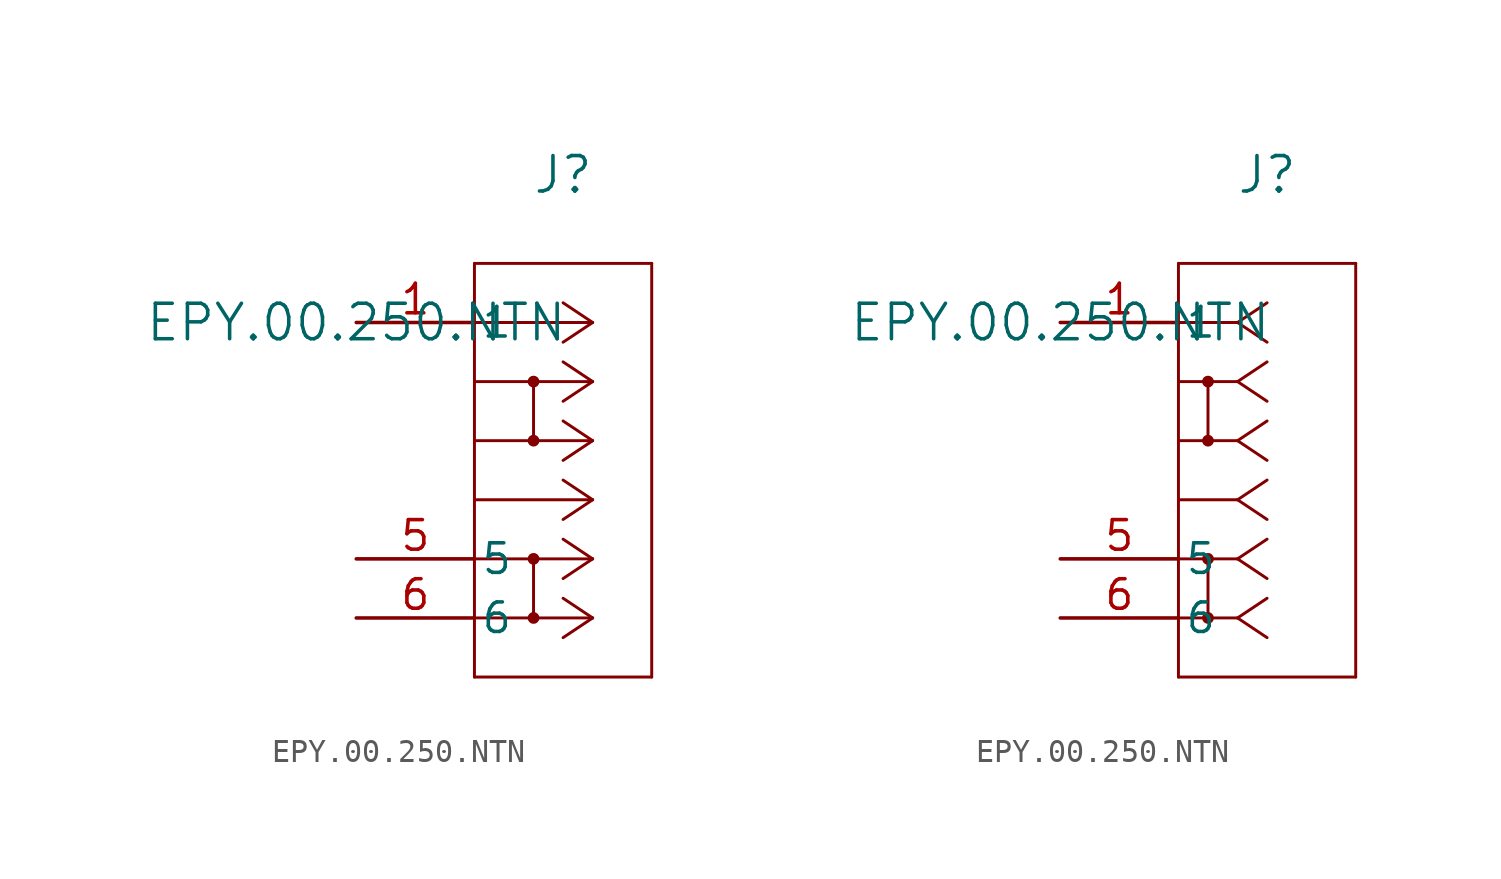
<source format=kicad_sym>
(kicad_symbol_lib
  (version 20211014)
  (generator kicad_symbol_editor)
  (symbol "EPY.00.250.NTN"
    (pin_names
      (offset 0.254))
    (property "Reference" "J"
      (at 8.89 6.35 0)
      (effects (font (size 1.524 1.524))))
    (property "Value" "EPY.00.250.NTN"
      (at 0 0 0)
      (effects (font (size 1.524 1.524))))
    (symbol "EPY.00.250.NTN_1_1"
      (polyline (pts (xy 10.16 0) (xy 5.08 0)) (stroke (width 0.127) (type default) (color 0 0 0 0)) (fill (type none)))
      (polyline (pts (xy 10.16 -2.54) (xy 5.08 -2.54)) (stroke (width 0.127) (type default) (color 0 0 0 0)) (fill (type none)))
      (polyline (pts (xy 10.16 -5.08) (xy 5.08 -5.08)) (stroke (width 0.127) (type default) (color 0 0 0 0)) (fill (type none)))
      (polyline (pts (xy 10.16 -7.62) (xy 5.08 -7.62)) (stroke (width 0.127) (type default) (color 0 0 0 0)) (fill (type none)))
      (polyline (pts (xy 10.16 -10.16) (xy 5.08 -10.16)) (stroke (width 0.127) (type default) (color 0 0 0 0)) (fill (type none)))
      (polyline (pts (xy 10.16 -12.7) (xy 5.08 -12.7)) (stroke (width 0.127) (type default) (color 0 0 0 0)) (fill (type none)))
      (polyline (pts (xy 10.16 0) (xy 8.89 0.847)) (stroke (width 0.127) (type default) (color 0 0 0 0)) (fill (type none)))
      (polyline (pts (xy 10.16 -2.54) (xy 8.89 -1.693)) (stroke (width 0.127) (type default) (color 0 0 0 0)) (fill (type none)))
      (polyline (pts (xy 10.16 -5.08) (xy 8.89 -4.233)) (stroke (width 0.127) (type default) (color 0 0 0 0)) (fill (type none)))
      (polyline (pts (xy 10.16 -7.62) (xy 8.89 -6.773)) (stroke (width 0.127) (type default) (color 0 0 0 0)) (fill (type none)))
      (polyline (pts (xy 10.16 -10.16) (xy 8.89 -9.313)) (stroke (width 0.127) (type default) (color 0 0 0 0)) (fill (type none)))
      (polyline (pts (xy 10.16 -12.7) (xy 8.89 -11.853)) (stroke (width 0.127) (type default) (color 0 0 0 0)) (fill (type none)))
      (polyline (pts (xy 10.16 0) (xy 8.89 -0.847)) (stroke (width 0.127) (type default) (color 0 0 0 0)) (fill (type none)))
      (polyline (pts (xy 10.16 -2.54) (xy 8.89 -3.387)) (stroke (width 0.127) (type default) (color 0 0 0 0)) (fill (type none)))
      (polyline (pts (xy 10.16 -5.08) (xy 8.89 -5.927)) (stroke (width 0.127) (type default) (color 0 0 0 0)) (fill (type none)))
      (polyline (pts (xy 10.16 -7.62) (xy 8.89 -8.467)) (stroke (width 0.127) (type default) (color 0 0 0 0)) (fill (type none)))
      (polyline (pts (xy 10.16 -10.16) (xy 8.89 -11.007)) (stroke (width 0.127) (type default) (color 0 0 0 0)) (fill (type none)))
      (polyline (pts (xy 10.16 -12.7) (xy 8.89 -13.547)) (stroke (width 0.127) (type default) (color 0 0 0 0)) (fill (type none)))
      (polyline (pts (xy 5.08 2.54) (xy 5.08 -15.24)) (stroke (width 0.127) (type default) (color 0 0 0 0)) (fill (type none)))
      (polyline (pts (xy 5.08 -15.24) (xy 12.7 -15.24)) (stroke (width 0.127) (type default) (color 0 0 0 0)) (fill (type none)))
      (polyline (pts (xy 12.7 -15.24) (xy 12.7 2.54)) (stroke (width 0.127) (type default) (color 0 0 0 0)) (fill (type none)))
      (polyline (pts (xy 12.7 2.54) (xy 5.08 2.54)) (stroke (width 0.127) (type default) (color 0 0 0 0)) (fill (type none)))
      (polyline (pts (xy 7.62 -5.08) (xy 7.62 -2.54)) (stroke (width 0.127) (type default) (color 0 0 0 0)) (fill (type none)))
      (circle (center 7.62 -2.54) (radius 0.127) (stroke (width 0.254) (type default) (color 0 0 0 0)) (fill (type none)))
      (circle (center 7.62 -5.08) (radius 0.127) (stroke (width 0.254) (type default) (color 0 0 0 0)) (fill (type none)))
      (polyline (pts (xy 7.62 -12.7) (xy 7.62 -10.16)) (stroke (width 0.127) (type default) (color 0 0 0 0)) (fill (type none)))
      (circle (center 7.62 -10.16) (radius 0.127) (stroke (width 0.254) (type default) (color 0 0 0 0)) (fill (type none)))
      (circle (center 7.62 -12.7) (radius 0.127) (stroke (width 0.254) (type default) (color 0 0 0 0)) (fill (type none)))
      (pin unspecified line (at 0 0 0) (length 5.08) (name "1" (effects (font (size 1.27 1.27)))) (number "1" (effects (font (size 1.27 1.27)))))
      (pin unspecified line (at 0 -10.16 0) (length 5.08) (name "5" (effects (font (size 1.27 1.27)))) (number "5" (effects (font (size 1.27 1.27)))))
      (pin unspecified line (at 0 -12.7 0) (length 5.08) (name "6" (effects (font (size 1.27 1.27)))) (number "6" (effects (font (size 1.27 1.27))))))
    (symbol "EPY.00.250.NTN_1_2"
      (polyline (pts (xy 7.62 0) (xy 5.08 0)) (stroke (width 0.127) (type default) (color 0 0 0 0)) (fill (type none)))
      (polyline (pts (xy 7.62 -2.54) (xy 5.08 -2.54)) (stroke (width 0.127) (type default) (color 0 0 0 0)) (fill (type none)))
      (polyline (pts (xy 7.62 -5.08) (xy 5.08 -5.08)) (stroke (width 0.127) (type default) (color 0 0 0 0)) (fill (type none)))
      (polyline (pts (xy 7.62 -7.62) (xy 5.08 -7.62)) (stroke (width 0.127) (type default) (color 0 0 0 0)) (fill (type none)))
      (polyline (pts (xy 7.62 -10.16) (xy 5.08 -10.16)) (stroke (width 0.127) (type default) (color 0 0 0 0)) (fill (type none)))
      (polyline (pts (xy 7.62 -12.7) (xy 5.08 -12.7)) (stroke (width 0.127) (type default) (color 0 0 0 0)) (fill (type none)))
      (polyline (pts (xy 7.62 0) (xy 8.89 0.847)) (stroke (width 0.127) (type default) (color 0 0 0 0)) (fill (type none)))
      (polyline (pts (xy 7.62 -2.54) (xy 8.89 -1.693)) (stroke (width 0.127) (type default) (color 0 0 0 0)) (fill (type none)))
      (polyline (pts (xy 7.62 -5.08) (xy 8.89 -4.233)) (stroke (width 0.127) (type default) (color 0 0 0 0)) (fill (type none)))
      (polyline (pts (xy 7.62 -7.62) (xy 8.89 -6.773)) (stroke (width 0.127) (type default) (color 0 0 0 0)) (fill (type none)))
      (polyline (pts (xy 7.62 -10.16) (xy 8.89 -9.313)) (stroke (width 0.127) (type default) (color 0 0 0 0)) (fill (type none)))
      (polyline (pts (xy 7.62 -12.7) (xy 8.89 -11.853)) (stroke (width 0.127) (type default) (color 0 0 0 0)) (fill (type none)))
      (polyline (pts (xy 7.62 0) (xy 8.89 -0.847)) (stroke (width 0.127) (type default) (color 0 0 0 0)) (fill (type none)))
      (polyline (pts (xy 7.62 -2.54) (xy 8.89 -3.387)) (stroke (width 0.127) (type default) (color 0 0 0 0)) (fill (type none)))
      (polyline (pts (xy 7.62 -5.08) (xy 8.89 -5.927)) (stroke (width 0.127) (type default) (color 0 0 0 0)) (fill (type none)))
      (polyline (pts (xy 7.62 -7.62) (xy 8.89 -8.467)) (stroke (width 0.127) (type default) (color 0 0 0 0)) (fill (type none)))
      (polyline (pts (xy 7.62 -10.16) (xy 8.89 -11.007)) (stroke (width 0.127) (type default) (color 0 0 0 0)) (fill (type none)))
      (polyline (pts (xy 7.62 -12.7) (xy 8.89 -13.547)) (stroke (width 0.127) (type default) (color 0 0 0 0)) (fill (type none)))
      (polyline (pts (xy 5.08 2.54) (xy 5.08 -15.24)) (stroke (width 0.127) (type default) (color 0 0 0 0)) (fill (type none)))
      (polyline (pts (xy 5.08 -15.24) (xy 12.7 -15.24)) (stroke (width 0.127) (type default) (color 0 0 0 0)) (fill (type none)))
      (polyline (pts (xy 12.7 -15.24) (xy 12.7 2.54)) (stroke (width 0.127) (type default) (color 0 0 0 0)) (fill (type none)))
      (polyline (pts (xy 12.7 2.54) (xy 5.08 2.54)) (stroke (width 0.127) (type default) (color 0 0 0 0)) (fill (type none)))
      (polyline (pts (xy 6.35 -2.54) (xy 6.35 -5.08)) (stroke (width 0.127) (type default) (color 0 0 0 0)) (fill (type none)))
      (circle (center 6.35 -2.54) (radius 0.127) (stroke (width 0.254) (type default) (color 0 0 0 0)) (fill (type none)))
      (circle (center 6.35 -5.08) (radius 0.127) (stroke (width 0.254) (type default) (color 0 0 0 0)) (fill (type none)))
      (polyline (pts (xy 6.35 -10.16) (xy 6.35 -12.7)) (stroke (width 0.127) (type default) (color 0 0 0 0)) (fill (type none)))
      (circle (center 6.35 -10.16) (radius 0.127) (stroke (width 0.254) (type default) (color 0 0 0 0)) (fill (type none)))
      (circle (center 6.35 -12.7) (radius 0.127) (stroke (width 0.254) (type default) (color 0 0 0 0)) (fill (type none)))
      (pin unspecified line (at 0 0 0) (length 5.08) (name "1" (effects (font (size 1.27 1.27)))) (number "1" (effects (font (size 1.27 1.27)))))
      (pin unspecified line (at 0 -10.16 0) (length 5.08) (name "5" (effects (font (size 1.27 1.27)))) (number "5" (effects (font (size 1.27 1.27)))))
      (pin unspecified line (at 0 -12.7 0) (length 5.08) (name "6" (effects (font (size 1.27 1.27)))) (number "6" (effects (font (size 1.27 1.27))))))))
</source>
